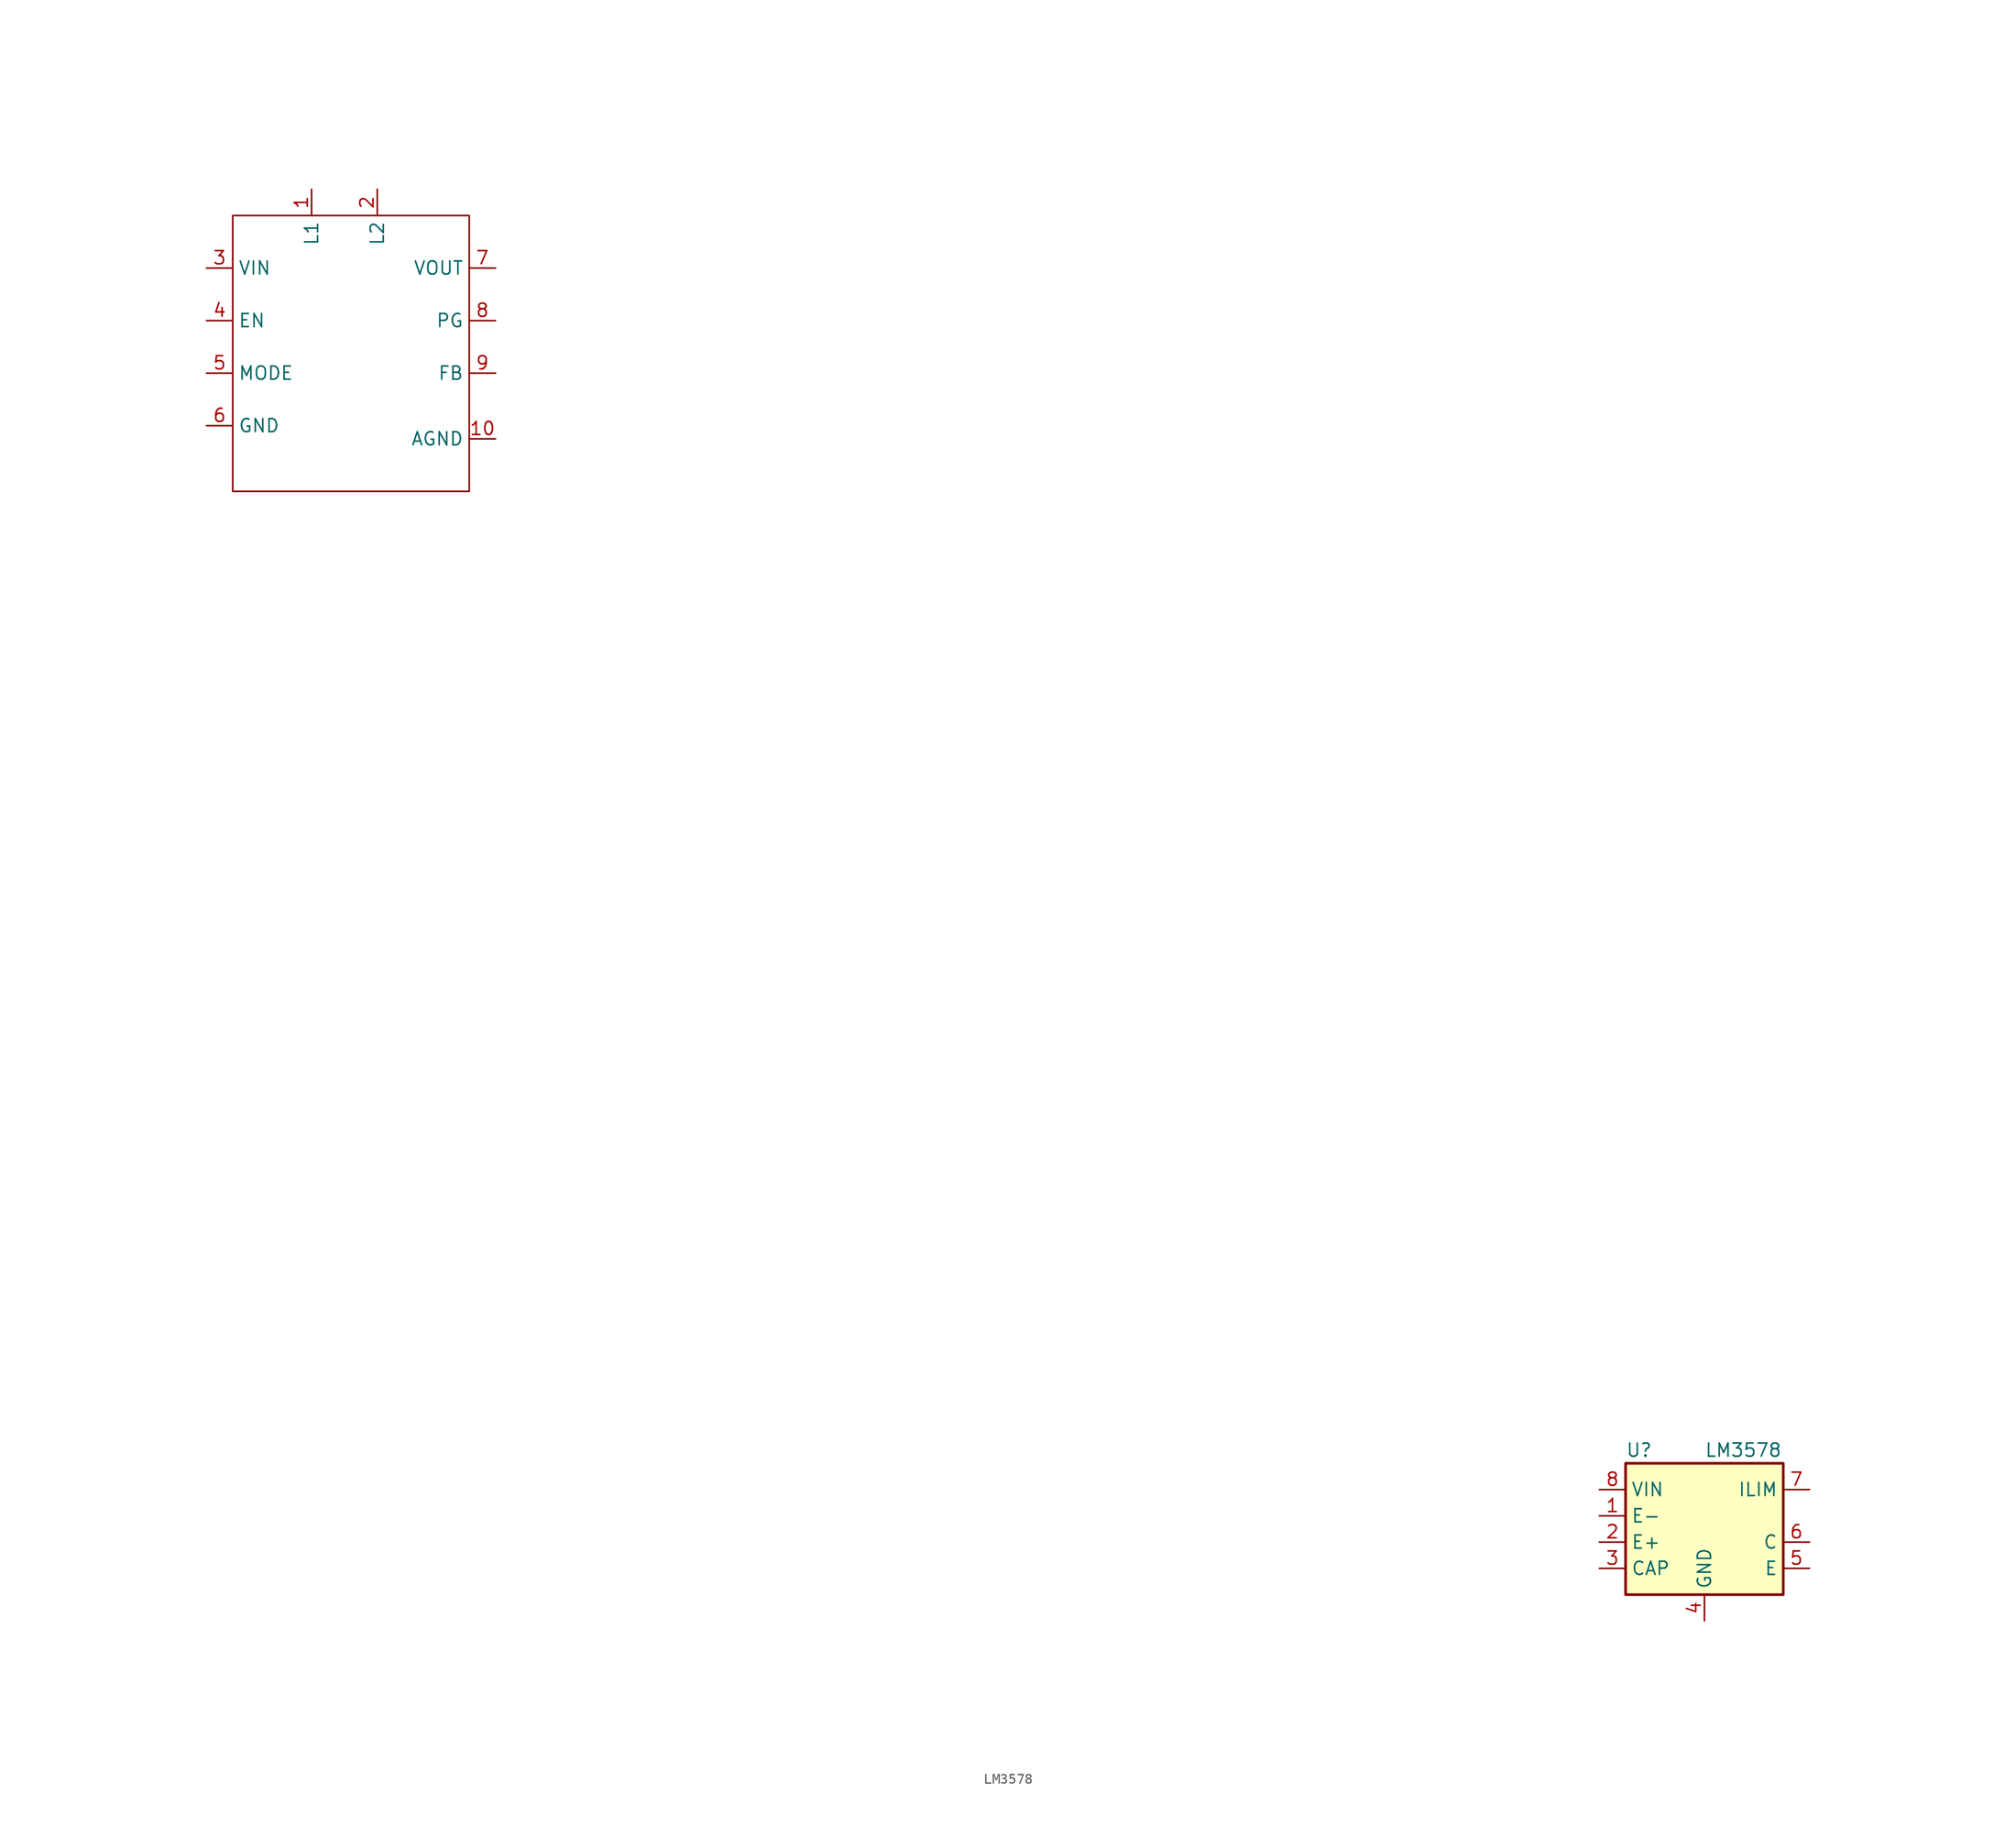
<source format=kicad_sym>
(kicad_symbol_lib
  (version 20220914)
  (generator kicad_symbol_editor)
  (symbol "LM3578"
    (property "Reference" "U"
      (at -7.62 8.89 0)
      (effects (font (size 1.27 1.27)) (justify left)))
    (property "Value" "LM3578"
      (at 0 8.89 0)
      (effects (font (size 1.27 1.27)) (justify left)))
    (symbol "LM3578_0_1"
      (rectangle (start -142.24 128.27) (end -119.38 101.6) (stroke (width 0) (type default)) (fill (type none)))
      (rectangle (start -7.62 7.62) (end 7.62 -5.08) (stroke (width 0.254) (type default)) (fill (type background))))
    (symbol "LM3578_1_1"
      (pin input line (at -10.16 2.54 0) (length 2.54) (name "E-" (effects (font (size 1.27 1.27)))) (number "1" (effects (font (size 1.27 1.27)))))
      (pin bidirectional line (at -134.62 130.81 270) (length 2.54) (name "L1" (effects (font (size 1.27 1.27)))) (number "1" (effects (font (size 1.27 1.27)))))
      (pin bidirectional line (at -116.84 106.68 180) (length 2.54) (name "AGND" (effects (font (size 1.27 1.27)))) (number "10" (effects (font (size 1.27 1.27)))))
      (pin input line (at -10.16 0 0) (length 2.54) (name "E+" (effects (font (size 1.27 1.27)))) (number "2" (effects (font (size 1.27 1.27)))))
      (pin bidirectional line (at -128.27 130.81 270) (length 2.54) (name "L2" (effects (font (size 1.27 1.27)))) (number "2" (effects (font (size 1.27 1.27)))))
      (pin input line (at -10.16 -2.54 0) (length 2.54) (name "CAP" (effects (font (size 1.27 1.27)))) (number "3" (effects (font (size 1.27 1.27)))))
      (pin bidirectional line (at -144.78 123.19 0) (length 2.54) (name "VIN" (effects (font (size 1.27 1.27)))) (number "3" (effects (font (size 1.27 1.27)))))
      (pin bidirectional line (at -144.78 118.11 0) (length 2.54) (name "EN" (effects (font (size 1.27 1.27)))) (number "4" (effects (font (size 1.27 1.27)))))
      (pin power_in line (at 0 -7.62 90) (length 2.54) (name "GND" (effects (font (size 1.27 1.27)))) (number "4" (effects (font (size 1.27 1.27)))))
      (pin open_emitter line (at 10.16 -2.54 180) (length 2.54) (name "E" (effects (font (size 1.27 1.27)))) (number "5" (effects (font (size 1.27 1.27)))))
      (pin bidirectional line (at -144.78 113.03 0) (length 2.54) (name "MODE" (effects (font (size 1.27 1.27)))) (number "5" (effects (font (size 1.27 1.27)))))
      (pin open_collector line (at 10.16 0 180) (length 2.54) (name "C" (effects (font (size 1.27 1.27)))) (number "6" (effects (font (size 1.27 1.27)))))
      (pin bidirectional line (at -144.78 107.95 0) (length 2.54) (name "GND" (effects (font (size 1.27 1.27)))) (number "6" (effects (font (size 1.27 1.27)))))
      (pin input line (at 10.16 5.08 180) (length 2.54) (name "ILIM" (effects (font (size 1.27 1.27)))) (number "7" (effects (font (size 1.27 1.27)))))
      (pin bidirectional line (at -116.84 123.19 180) (length 2.54) (name "VOUT" (effects (font (size 1.27 1.27)))) (number "7" (effects (font (size 1.27 1.27)))))
      (pin bidirectional line (at -116.84 118.11 180) (length 2.54) (name "PG" (effects (font (size 1.27 1.27)))) (number "8" (effects (font (size 1.27 1.27)))))
      (pin power_in line (at -10.16 5.08 0) (length 2.54) (name "VIN" (effects (font (size 1.27 1.27)))) (number "8" (effects (font (size 1.27 1.27)))))
      (pin bidirectional line (at -116.84 113.03 180) (length 2.54) (name "FB" (effects (font (size 1.27 1.27)))) (number "9" (effects (font (size 1.27 1.27))))))))
</source>
